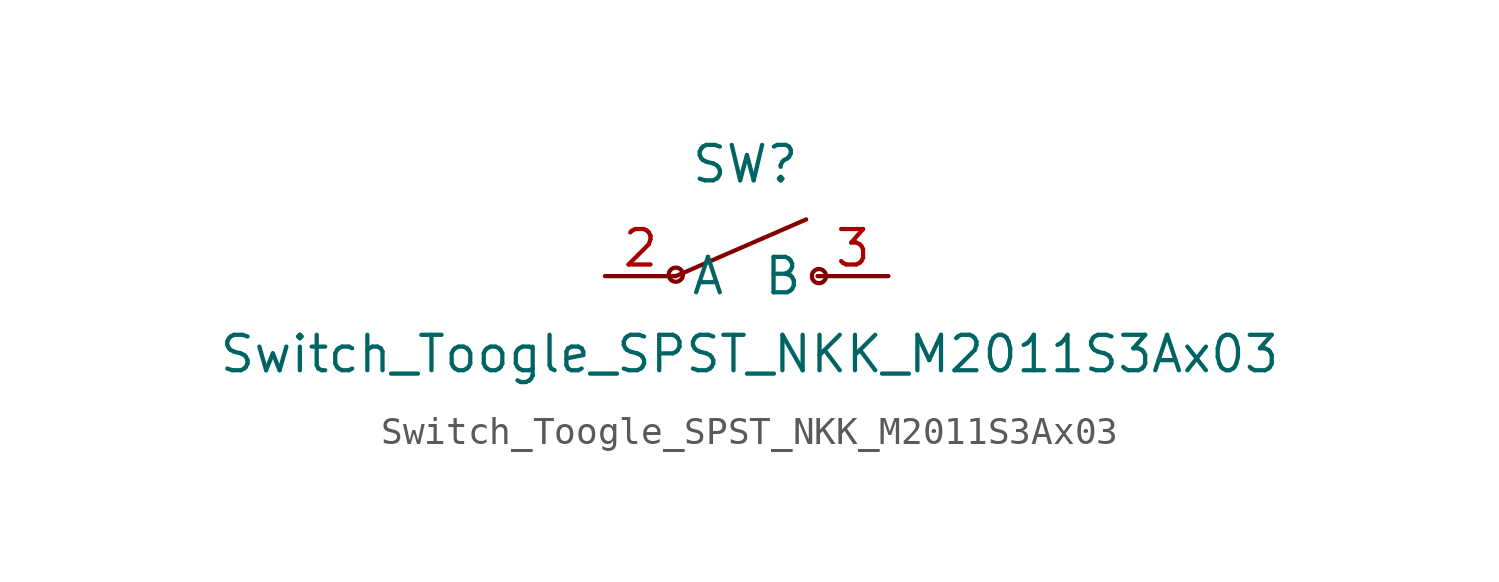
<source format=kicad_sym>
(kicad_symbol_lib
  (version 20211014)
  (generator kicad_symbol_editor)
  (symbol "Switch_Toogle_SPST_NKK_M2011S3Ax03"
    (property "Reference" "SW"
      (at -0.051 4.013 0)
      (effects (font (size 1.27 1.27))))
    (property "Value" "Switch_Toogle_SPST_NKK_M2011S3Ax03"
      (at 0.102 -2.794 0)
      (effects (font (size 1.27 1.27))))
    (symbol "Switch_Toogle_SPST_NKK_M2011S3Ax03_0_1"
      (circle (center -2.54 0.051) (radius 0.254) (stroke (width 0.152) (type default) (color 0 0 0 0)) (fill (type none)))
      (polyline (pts (xy -2.54 0) (xy 2.134 2.032)) (stroke (width 0.152) (type default) (color 0 0 0 0)) (fill (type none)))
      (circle (center 2.591 0) (radius 0.254) (stroke (width 0.152) (type default) (color 0 0 0 0)) (fill (type none))))
    (symbol "Switch_Toogle_SPST_NKK_M2011S3Ax03_1_1"
      (pin passive line (at -5.08 0 0) (length 2.54) (name "A" (effects (font (size 1.27 1.27)))) (number "2" (effects (font (size 1.27 1.27)))))
      (pin passive line (at 5.08 0 180) (length 2.54) (name "B" (effects (font (size 1.27 1.27)))) (number "3" (effects (font (size 1.27 1.27))))))))
</source>
